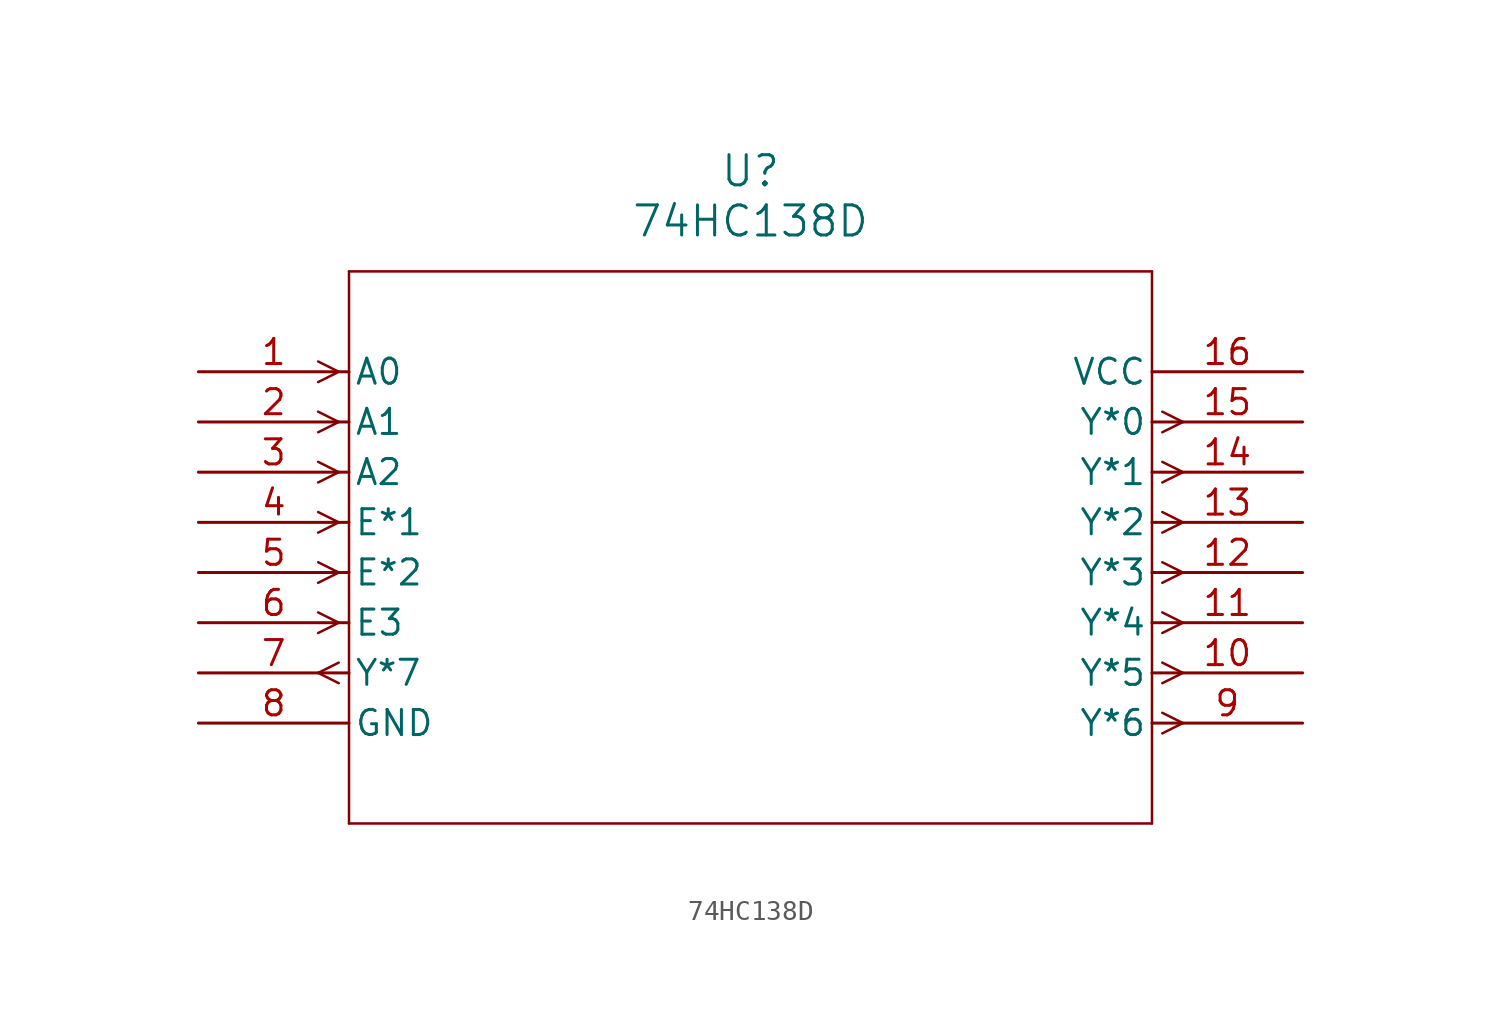
<source format=kicad_sym>
(kicad_symbol_lib
  (version 20211014)
  (generator kicad_symbol_editor)
  (symbol "74HC138D"
    (pin_names
      (offset 0.254))
    (property "Reference" "U"
      (at 27.94 10.16 0)
      (effects (font (size 1.524 1.524))))
    (property "Value" "74HC138D"
      (at 27.94 7.62 0)
      (effects (font (size 1.524 1.524))))
    (symbol "74HC138D_0_1"
      (polyline (pts (xy 7.099 0) (xy 6.058 0.521)) (stroke (width 0.127) (type default) (color 0 0 0 0)) (fill (type none)))
      (polyline (pts (xy 7.099 0) (xy 6.058 -0.521)) (stroke (width 0.127) (type default) (color 0 0 0 0)) (fill (type none)))
      (polyline (pts (xy 7.099 -2.54) (xy 6.058 -2.019)) (stroke (width 0.127) (type default) (color 0 0 0 0)) (fill (type none)))
      (polyline (pts (xy 7.099 -2.54) (xy 6.058 -3.061)) (stroke (width 0.127) (type default) (color 0 0 0 0)) (fill (type none)))
      (polyline (pts (xy 7.099 -5.08) (xy 6.058 -4.559)) (stroke (width 0.127) (type default) (color 0 0 0 0)) (fill (type none)))
      (polyline (pts (xy 7.099 -5.08) (xy 6.058 -5.601)) (stroke (width 0.127) (type default) (color 0 0 0 0)) (fill (type none)))
      (polyline (pts (xy 7.099 -7.62) (xy 6.058 -7.099)) (stroke (width 0.127) (type default) (color 0 0 0 0)) (fill (type none)))
      (polyline (pts (xy 7.099 -7.62) (xy 6.058 -8.141)) (stroke (width 0.127) (type default) (color 0 0 0 0)) (fill (type none)))
      (polyline (pts (xy 7.099 -10.16) (xy 6.058 -9.639)) (stroke (width 0.127) (type default) (color 0 0 0 0)) (fill (type none)))
      (polyline (pts (xy 7.099 -10.16) (xy 6.058 -10.681)) (stroke (width 0.127) (type default) (color 0 0 0 0)) (fill (type none)))
      (polyline (pts (xy 7.099 -12.7) (xy 6.058 -12.179)) (stroke (width 0.127) (type default) (color 0 0 0 0)) (fill (type none)))
      (polyline (pts (xy 7.099 -12.7) (xy 6.058 -13.221)) (stroke (width 0.127) (type default) (color 0 0 0 0)) (fill (type none)))
      (polyline (pts (xy 7.099 -14.719) (xy 6.058 -15.24)) (stroke (width 0.127) (type default) (color 0 0 0 0)) (fill (type none)))
      (polyline (pts (xy 7.099 -15.761) (xy 6.058 -15.24)) (stroke (width 0.127) (type default) (color 0 0 0 0)) (fill (type none)))
      (polyline (pts (xy 48.781 -17.259) (xy 49.822 -17.78)) (stroke (width 0.127) (type default) (color 0 0 0 0)) (fill (type none)))
      (polyline (pts (xy 48.781 -18.301) (xy 49.822 -17.78)) (stroke (width 0.127) (type default) (color 0 0 0 0)) (fill (type none)))
      (polyline (pts (xy 48.781 -14.719) (xy 49.822 -15.24)) (stroke (width 0.127) (type default) (color 0 0 0 0)) (fill (type none)))
      (polyline (pts (xy 48.781 -15.761) (xy 49.822 -15.24)) (stroke (width 0.127) (type default) (color 0 0 0 0)) (fill (type none)))
      (polyline (pts (xy 48.781 -12.179) (xy 49.822 -12.7)) (stroke (width 0.127) (type default) (color 0 0 0 0)) (fill (type none)))
      (polyline (pts (xy 48.781 -13.221) (xy 49.822 -12.7)) (stroke (width 0.127) (type default) (color 0 0 0 0)) (fill (type none)))
      (polyline (pts (xy 48.781 -9.639) (xy 49.822 -10.16)) (stroke (width 0.127) (type default) (color 0 0 0 0)) (fill (type none)))
      (polyline (pts (xy 48.781 -10.681) (xy 49.822 -10.16)) (stroke (width 0.127) (type default) (color 0 0 0 0)) (fill (type none)))
      (polyline (pts (xy 48.781 -7.099) (xy 49.822 -7.62)) (stroke (width 0.127) (type default) (color 0 0 0 0)) (fill (type none)))
      (polyline (pts (xy 48.781 -8.141) (xy 49.822 -7.62)) (stroke (width 0.127) (type default) (color 0 0 0 0)) (fill (type none)))
      (polyline (pts (xy 48.781 -4.559) (xy 49.822 -5.08)) (stroke (width 0.127) (type default) (color 0 0 0 0)) (fill (type none)))
      (polyline (pts (xy 48.781 -5.601) (xy 49.822 -5.08)) (stroke (width 0.127) (type default) (color 0 0 0 0)) (fill (type none)))
      (polyline (pts (xy 48.781 -2.019) (xy 49.822 -2.54)) (stroke (width 0.127) (type default) (color 0 0 0 0)) (fill (type none)))
      (polyline (pts (xy 48.781 -3.061) (xy 49.822 -2.54)) (stroke (width 0.127) (type default) (color 0 0 0 0)) (fill (type none)))
      (polyline (pts (xy 7.62 5.08) (xy 7.62 -22.86)) (stroke (width 0.127) (type default) (color 0 0 0 0)) (fill (type none)))
      (polyline (pts (xy 7.62 -22.86) (xy 48.26 -22.86)) (stroke (width 0.127) (type default) (color 0 0 0 0)) (fill (type none)))
      (polyline (pts (xy 48.26 -22.86) (xy 48.26 5.08)) (stroke (width 0.127) (type default) (color 0 0 0 0)) (fill (type none)))
      (polyline (pts (xy 48.26 5.08) (xy 7.62 5.08)) (stroke (width 0.127) (type default) (color 0 0 0 0)) (fill (type none)))
      (pin input line (at 0 0 0) (length 7.62) (name "A0" (effects (font (size 1.27 1.27)))) (number "1" (effects (font (size 1.27 1.27)))))
      (pin input line (at 0 -2.54 0) (length 7.62) (name "A1" (effects (font (size 1.27 1.27)))) (number "2" (effects (font (size 1.27 1.27)))))
      (pin input line (at 0 -5.08 0) (length 7.62) (name "A2" (effects (font (size 1.27 1.27)))) (number "3" (effects (font (size 1.27 1.27)))))
      (pin input line (at 0 -7.62 0) (length 7.62) (name "E*1" (effects (font (size 1.27 1.27)))) (number "4" (effects (font (size 1.27 1.27)))))
      (pin input line (at 0 -10.16 0) (length 7.62) (name "E*2" (effects (font (size 1.27 1.27)))) (number "5" (effects (font (size 1.27 1.27)))))
      (pin input line (at 0 -12.7 0) (length 7.62) (name "E3" (effects (font (size 1.27 1.27)))) (number "6" (effects (font (size 1.27 1.27)))))
      (pin output line (at 0 -15.24 0) (length 7.62) (name "Y*7" (effects (font (size 1.27 1.27)))) (number "7" (effects (font (size 1.27 1.27)))))
      (pin power_in line (at 0 -17.78 0) (length 7.62) (name "GND" (effects (font (size 1.27 1.27)))) (number "8" (effects (font (size 1.27 1.27)))))
      (pin output line (at 55.88 -17.78 180) (length 7.62) (name "Y*6" (effects (font (size 1.27 1.27)))) (number "9" (effects (font (size 1.27 1.27)))))
      (pin output line (at 55.88 -15.24 180) (length 7.62) (name "Y*5" (effects (font (size 1.27 1.27)))) (number "10" (effects (font (size 1.27 1.27)))))
      (pin output line (at 55.88 -12.7 180) (length 7.62) (name "Y*4" (effects (font (size 1.27 1.27)))) (number "11" (effects (font (size 1.27 1.27)))))
      (pin output line (at 55.88 -10.16 180) (length 7.62) (name "Y*3" (effects (font (size 1.27 1.27)))) (number "12" (effects (font (size 1.27 1.27)))))
      (pin output line (at 55.88 -7.62 180) (length 7.62) (name "Y*2" (effects (font (size 1.27 1.27)))) (number "13" (effects (font (size 1.27 1.27)))))
      (pin output line (at 55.88 -5.08 180) (length 7.62) (name "Y*1" (effects (font (size 1.27 1.27)))) (number "14" (effects (font (size 1.27 1.27)))))
      (pin output line (at 55.88 -2.54 180) (length 7.62) (name "Y*0" (effects (font (size 1.27 1.27)))) (number "15" (effects (font (size 1.27 1.27)))))
      (pin power_in line (at 55.88 0 180) (length 7.62) (name "VCC" (effects (font (size 1.27 1.27)))) (number "16" (effects (font (size 1.27 1.27))))))))
</source>
